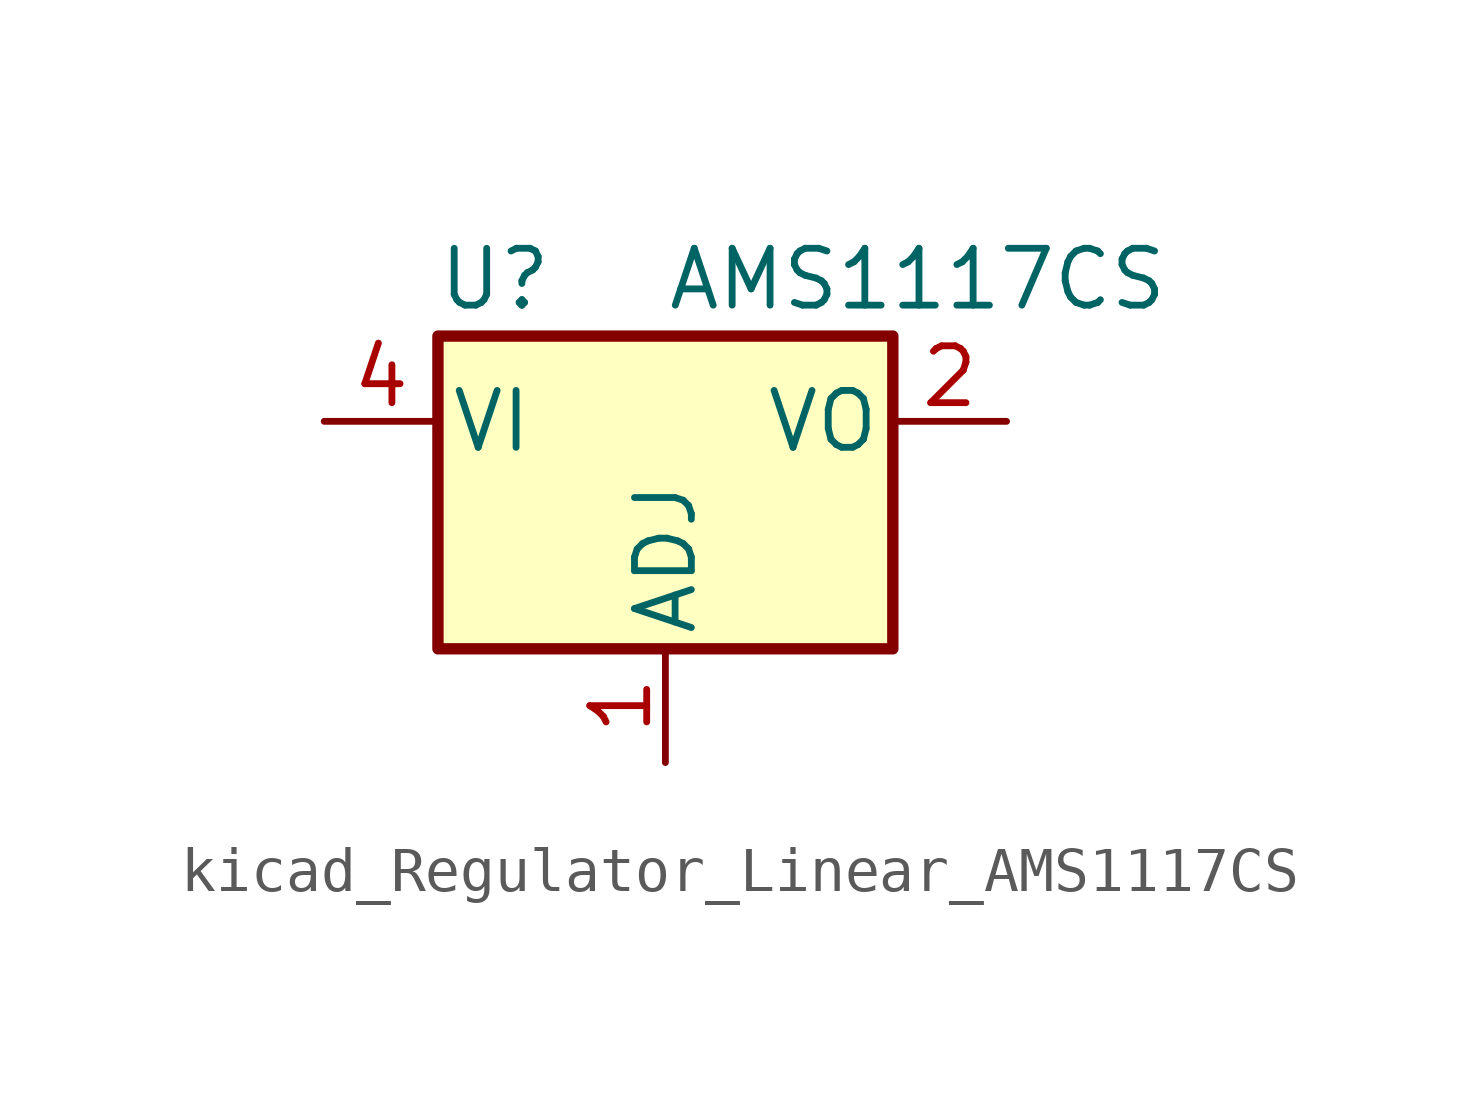
<source format=kicad_sym>
(kicad_symbol_lib
  (version 20220914)
  (generator kicad_symbol_editor)
  (symbol "kicad_Regulator_Linear_AMS1117CS"
    (pin_names
      (offset 0.254))
    (property "Reference" "U"
      (at -3.81 3.175 0)
      (effects (font (size 1.27 1.27))))
    (property "Value" "AMS1117CS"
      (at 0 3.175 0)
      (effects (font (size 1.27 1.27)) (justify left)))
    (symbol "kicad_Regulator_Linear_AMS1117CS_0_1"
      (rectangle (start -5.08 -5.08) (end 5.08 1.905) (stroke (width 0.254) (type default)) (fill (type background))))
    (symbol "kicad_Regulator_Linear_AMS1117CS_1_1"
      (pin input line (at 0 -7.62 90) (length 2.54) (name "ADJ" (effects (font (size 1.27 1.27)))) (number "1" (effects (font (size 1.27 1.27)))))
      (pin power_out line (at 7.62 0 180) (length 2.54) (name "VO" (effects (font (size 1.27 1.27)))) (number "2" (effects (font (size 1.27 1.27)))))
      (pin passive line (at 7.62 0 180) (length 2.54) hide (name "VO" (effects (font (size 1.27 1.27)))) (number "3" (effects (font (size 1.27 1.27)))))
      (pin power_in line (at -7.62 0 0) (length 2.54) (name "VI" (effects (font (size 1.27 1.27)))) (number "4" (effects (font (size 1.27 1.27)))))
      (pin no_connect line (at -2.54 -2.54 180) (length 2.54) hide (name "NC" (effects (font (size 1.27 1.27)))) (number "5" (effects (font (size 1.27 1.27)))))
      (pin passive line (at 7.62 0 180) (length 2.54) hide (name "VO" (effects (font (size 1.27 1.27)))) (number "6" (effects (font (size 1.27 1.27)))))
      (pin passive line (at 7.62 0 180) (length 2.54) hide (name "VO" (effects (font (size 1.27 1.27)))) (number "7" (effects (font (size 1.27 1.27)))))
      (pin no_connect line (at 2.54 -2.54 0) (length 2.54) hide (name "NC" (effects (font (size 1.27 1.27)))) (number "8" (effects (font (size 1.27 1.27))))))))
</source>
